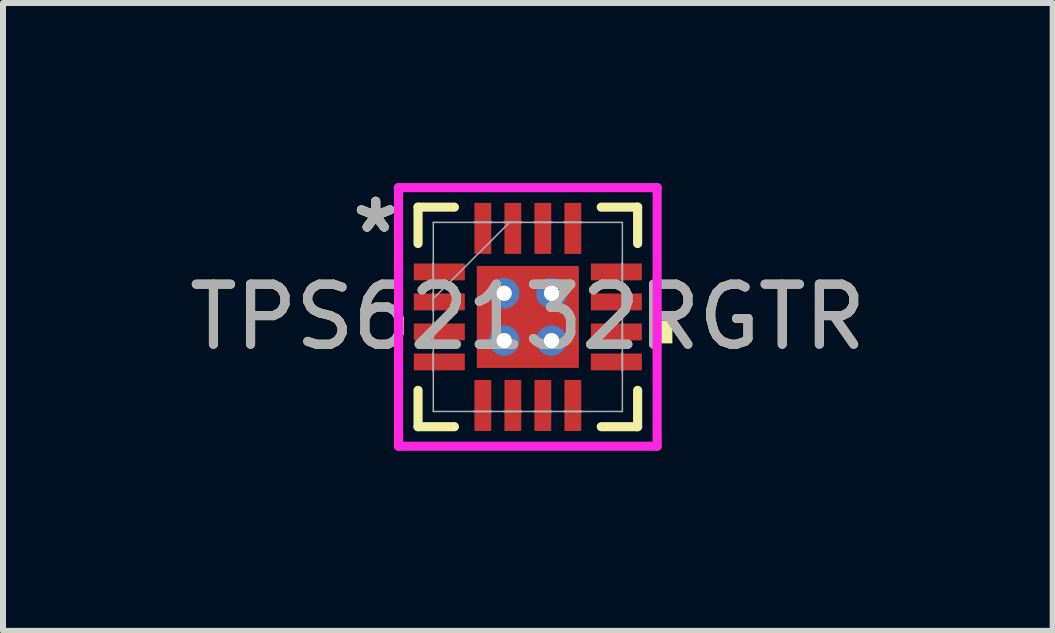
<source format=kicad_pcb>
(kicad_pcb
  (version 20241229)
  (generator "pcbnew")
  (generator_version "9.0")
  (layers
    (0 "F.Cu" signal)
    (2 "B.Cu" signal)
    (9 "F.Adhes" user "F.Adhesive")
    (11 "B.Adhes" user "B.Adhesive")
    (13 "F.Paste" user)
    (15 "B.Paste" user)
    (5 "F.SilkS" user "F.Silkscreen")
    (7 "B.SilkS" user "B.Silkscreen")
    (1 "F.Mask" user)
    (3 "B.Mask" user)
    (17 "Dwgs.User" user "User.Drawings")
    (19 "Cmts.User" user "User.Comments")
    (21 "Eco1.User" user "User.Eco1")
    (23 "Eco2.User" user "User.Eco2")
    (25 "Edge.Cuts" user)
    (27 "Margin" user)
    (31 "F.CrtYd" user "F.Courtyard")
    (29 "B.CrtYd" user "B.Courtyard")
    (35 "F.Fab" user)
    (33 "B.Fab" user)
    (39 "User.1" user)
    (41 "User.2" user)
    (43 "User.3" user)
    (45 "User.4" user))
  (footprint "TPS62132RGTR"
    (layer "F.Cu")
    (at 5.744 2.23)
    (property "Reference" "TPS62132RGTR" (at 0 0 0) (unlocked yes) (layer "F.SilkS") (effects (font (size 1 1) (thickness 0.15))))
    (attr smd)
    (fp_poly (pts (xy -1.97 -0.96) (xy -1.97 -0.54) (xy -0.98 -0.54) (xy -0.98 -0.96)) (stroke (width 0) (type solid)) (fill yes) (layer "F.Mask"))
    (fp_poly (pts (xy -1.97 -0.46) (xy -1.97 -0.04) (xy -0.98 -0.04) (xy -0.98 -0.46)) (stroke (width 0) (type solid)) (fill yes) (layer "F.Mask"))
    (fp_poly (pts (xy -1.97 0.04) (xy -1.97 0.46) (xy -0.98 0.46) (xy -0.98 0.04)) (stroke (width 0) (type solid)) (fill yes) (layer "F.Mask"))
    (fp_poly (pts (xy -1.97 0.54) (xy -1.97 0.96) (xy -0.98 0.96) (xy -0.98 0.54)) (stroke (width 0) (type solid)) (fill yes) (layer "F.Mask"))
    (fp_poly (pts (xy -0.96 -1.97) (xy -0.96 -0.98) (xy -0.541 -0.98) (xy -0.541 -1.97)) (stroke (width 0) (type solid)) (fill yes) (layer "F.Mask"))
    (fp_poly (pts (xy -0.96 0.98) (xy -0.96 1.97) (xy -0.541 1.97) (xy -0.541 0.98)) (stroke (width 0) (type solid)) (fill yes) (layer "F.Mask"))
    (fp_poly (pts (xy -0.913 -0.913) (xy -0.594 -0.913) (xy -0.594 0.913) (xy -0.913 0.913)) (stroke (width 0) (type solid)) (fill yes) (layer "F.Mask"))
    (fp_poly (pts (xy -0.913 -0.913) (xy 0.913 -0.913) (xy 0.913 -0.594) (xy -0.913 -0.594)) (stroke (width 0) (type solid)) (fill yes) (layer "F.Mask"))
    (fp_poly (pts (xy -0.913 -0.194) (xy 0.913 -0.194) (xy 0.913 0.194) (xy -0.913 0.194)) (stroke (width 0) (type solid)) (fill yes) (layer "F.Mask"))
    (fp_poly (pts (xy -0.913 0.594) (xy 0.913 0.594) (xy 0.913 0.913) (xy -0.913 0.913)) (stroke (width 0) (type solid)) (fill yes) (layer "F.Mask"))
    (fp_poly (pts (xy -0.46 -1.97) (xy -0.46 -0.98) (xy -0.04 -0.98) (xy -0.04 -1.97)) (stroke (width 0) (type solid)) (fill yes) (layer "F.Mask"))
    (fp_poly (pts (xy -0.46 0.98) (xy -0.46 1.97) (xy -0.04 1.97) (xy -0.04 0.98)) (stroke (width 0) (type solid)) (fill yes) (layer "F.Mask"))
    (fp_poly (pts (xy 0.04 -1.97) (xy 0.04 -0.98) (xy 0.46 -0.98) (xy 0.46 -1.97)) (stroke (width 0) (type solid)) (fill yes) (layer "F.Mask"))
    (fp_poly (pts (xy 0.04 0.98) (xy 0.04 1.97) (xy 0.46 1.97) (xy 0.46 0.98)) (stroke (width 0) (type solid)) (fill yes) (layer "F.Mask"))
    (fp_poly (pts (xy 0.194 -0.913) (xy -0.194 -0.913) (xy -0.194 0.913) (xy 0.194 0.913)) (stroke (width 0) (type solid)) (fill yes) (layer "F.Mask"))
    (fp_poly (pts (xy 0.541 -1.97) (xy 0.541 -0.98) (xy 0.96 -0.98) (xy 0.96 -1.97)) (stroke (width 0) (type solid)) (fill yes) (layer "F.Mask"))
    (fp_poly (pts (xy 0.541 0.98) (xy 0.541 1.97) (xy 0.96 1.97) (xy 0.96 0.98)) (stroke (width 0) (type solid)) (fill yes) (layer "F.Mask"))
    (fp_poly (pts (xy 0.594 -0.913) (xy 0.913 -0.913) (xy 0.913 0.913) (xy 0.594 0.913)) (stroke (width 0) (type solid)) (fill yes) (layer "F.Mask"))
    (fp_poly (pts (xy 0.98 -0.96) (xy 0.98 -0.54) (xy 1.97 -0.54) (xy 1.97 -0.96)) (stroke (width 0) (type solid)) (fill yes) (layer "F.Mask"))
    (fp_poly (pts (xy 0.98 -0.46) (xy 0.98 -0.04) (xy 1.97 -0.04) (xy 1.97 -0.46)) (stroke (width 0) (type solid)) (fill yes) (layer "F.Mask"))
    (fp_poly (pts (xy 0.98 0.04) (xy 0.98 0.46) (xy 1.97 0.46) (xy 1.97 0.04)) (stroke (width 0) (type solid)) (fill yes) (layer "F.Mask"))
    (fp_poly (pts (xy 0.98 0.54) (xy 0.98 0.96) (xy 1.97 0.96) (xy 1.97 0.54)) (stroke (width 0) (type solid)) (fill yes) (layer "F.Mask"))
    (fp_line (start -1.829 -1.829) (end -1.829 -1.223) (stroke (width 0.152) (type solid)) (layer "F.SilkS"))
    (fp_line (start -1.829 1.223) (end -1.829 1.829) (stroke (width 0.152) (type solid)) (layer "F.SilkS"))
    (fp_line (start -1.829 1.829) (end -1.223 1.829) (stroke (width 0.152) (type solid)) (layer "F.SilkS"))
    (fp_line (start -1.223 -1.829) (end -1.829 -1.829) (stroke (width 0.152) (type solid)) (layer "F.SilkS"))
    (fp_line (start 1.223 1.829) (end 1.829 1.829) (stroke (width 0.152) (type solid)) (layer "F.SilkS"))
    (fp_line (start 1.829 -1.829) (end 1.223 -1.829) (stroke (width 0.152) (type solid)) (layer "F.SilkS"))
    (fp_line (start 1.829 -1.223) (end 1.829 -1.829) (stroke (width 0.152) (type solid)) (layer "F.SilkS"))
    (fp_line (start 1.829 1.829) (end 1.829 1.223) (stroke (width 0.152) (type solid)) (layer "F.SilkS"))
    (fp_poly (pts (xy 2.408 0.059) (xy 2.408 0.441) (xy 2.154 0.441) (xy 2.154 0.059)) (stroke (width 0) (type solid)) (fill yes) (layer "F.SilkS"))
    (fp_poly (pts (xy -1.875 -0.865) (xy -1.875 -0.635) (xy -1.075 -0.635) (xy -1.075 -0.865)) (stroke (width 0) (type solid)) (fill yes) (layer "F.Paste"))
    (fp_poly (pts (xy -1.875 -0.365) (xy -1.875 -0.135) (xy -1.075 -0.135) (xy -1.075 -0.365)) (stroke (width 0) (type solid)) (fill yes) (layer "F.Paste"))
    (fp_poly (pts (xy -1.875 0.135) (xy -1.875 0.365) (xy -1.075 0.365) (xy -1.075 0.135)) (stroke (width 0) (type solid)) (fill yes) (layer "F.Paste"))
    (fp_poly (pts (xy -1.875 0.635) (xy -1.875 0.865) (xy -1.075 0.865) (xy -1.075 0.635)) (stroke (width 0) (type solid)) (fill yes) (layer "F.Paste"))
    (fp_poly (pts (xy -0.865 -1.875) (xy -0.865 -1.075) (xy -0.635 -1.075) (xy -0.635 -1.875)) (stroke (width 0) (type solid)) (fill yes) (layer "F.Paste"))
    (fp_poly (pts (xy -0.865 1.075) (xy -0.865 1.875) (xy -0.635 1.875) (xy -0.635 1.075)) (stroke (width 0) (type solid)) (fill yes) (layer "F.Paste"))
    (fp_poly (pts (xy -0.365 -1.875) (xy -0.365 -1.075) (xy -0.135 -1.075) (xy -0.135 -1.875)) (stroke (width 0) (type solid)) (fill yes) (layer "F.Paste"))
    (fp_poly (pts (xy -0.365 1.075) (xy -0.365 1.875) (xy -0.135 1.875) (xy -0.135 1.075)) (stroke (width 0) (type solid)) (fill yes) (layer "F.Paste"))
    (fp_poly (pts (xy 0.135 -1.875) (xy 0.135 -1.075) (xy 0.365 -1.075) (xy 0.365 -1.875)) (stroke (width 0) (type solid)) (fill yes) (layer "F.Paste"))
    (fp_poly (pts (xy 0.135 1.075) (xy 0.135 1.875) (xy 0.365 1.875) (xy 0.365 1.075)) (stroke (width 0) (type solid)) (fill yes) (layer "F.Paste"))
    (fp_poly (pts (xy 0.635 -1.875) (xy 0.635 -1.075) (xy 0.865 -1.075) (xy 0.865 -1.875)) (stroke (width 0) (type solid)) (fill yes) (layer "F.Paste"))
    (fp_poly (pts (xy 0.635 1.075) (xy 0.635 1.875) (xy 0.865 1.875) (xy 0.865 1.075)) (stroke (width 0) (type solid)) (fill yes) (layer "F.Paste"))
    (fp_poly (pts (xy 1.075 -0.865) (xy 1.075 -0.635) (xy 1.875 -0.635) (xy 1.875 -0.865)) (stroke (width 0) (type solid)) (fill yes) (layer "F.Paste"))
    (fp_poly (pts (xy 1.075 -0.365) (xy 1.075 -0.135) (xy 1.875 -0.135) (xy 1.875 -0.365)) (stroke (width 0) (type solid)) (fill yes) (layer "F.Paste"))
    (fp_poly (pts (xy 1.075 0.135) (xy 1.075 0.365) (xy 1.875 0.365) (xy 1.875 0.135)) (stroke (width 0) (type solid)) (fill yes) (layer "F.Paste"))
    (fp_poly (pts (xy 1.075 0.635) (xy 1.075 0.865) (xy 1.875 0.865) (xy 1.875 0.635)) (stroke (width 0) (type solid)) (fill yes) (layer "F.Paste"))
    (fp_poly (pts (xy -0.775 -0.775) (xy -0.775 -0.494) (xy -0.635 -0.494) (xy -0.494 -0.635) (xy -0.494 -0.775)) (stroke (width 0) (type solid)) (fill yes) (layer "F.Paste"))
    (fp_poly (pts (xy -0.775 0.494) (xy -0.775 0.775) (xy -0.494 0.775) (xy -0.494 0.635) (xy -0.635 0.494)) (stroke (width 0) (type solid)) (fill yes) (layer "F.Paste"))
    (fp_poly (pts (xy 0.494 -0.775) (xy 0.494 -0.635) (xy 0.635 -0.494) (xy 0.775 -0.494) (xy 0.775 -0.775)) (stroke (width 0) (type solid)) (fill yes) (layer "F.Paste"))
    (fp_poly (pts (xy 0.635 0.494) (xy 0.494 0.635) (xy 0.494 0.775) (xy 0.775 0.775) (xy 0.775 0.494)) (stroke (width 0) (type solid)) (fill yes) (layer "F.Paste"))
    (fp_poly (pts (xy -0.775 -0.294) (xy -0.775 0.294) (xy -0.635 0.294) (xy -0.494 0.152) (xy -0.494 -0.152) (xy -0.635 -0.294)) (stroke (width 0) (type solid)) (fill yes) (layer "F.Paste"))
    (fp_poly (pts (xy -0.294 -0.775) (xy -0.294 -0.635) (xy -0.152 -0.494) (xy 0.152 -0.494) (xy 0.294 -0.635) (xy 0.294 -0.775)) (stroke (width 0) (type solid)) (fill yes) (layer "F.Paste"))
    (fp_poly (pts (xy -0.152 0.494) (xy -0.294 0.635) (xy -0.294 0.775) (xy 0.294 0.775) (xy 0.294 0.635) (xy 0.152 0.494)) (stroke (width 0) (type solid)) (fill yes) (layer "F.Paste"))
    (fp_poly (pts (xy 0.635 -0.294) (xy 0.494 -0.152) (xy 0.494 0.152) (xy 0.635 0.294) (xy 0.775 0.294) (xy 0.775 -0.294)) (stroke (width 0) (type solid)) (fill yes) (layer "F.Paste"))
    (fp_poly (pts (xy -0.152 -0.294) (xy -0.294 -0.152) (xy -0.294 0.152) (xy -0.152 0.294) (xy 0.152 0.294) (xy 0.294 0.152) (xy 0.294 -0.152) (xy 0.152 -0.294)) (stroke (width 0) (type solid)) (fill yes) (layer "F.Paste"))
    (fp_line (start -2.154 -2.154) (end 2.154 -2.154) (stroke (width 0.152) (type solid)) (layer "F.CrtYd"))
    (fp_line (start -2.154 2.154) (end -2.154 -2.154) (stroke (width 0.152) (type solid)) (layer "F.CrtYd"))
    (fp_line (start 2.154 -2.154) (end 2.154 2.154) (stroke (width 0.152) (type solid)) (layer "F.CrtYd"))
    (fp_line (start 2.154 2.154) (end -2.154 2.154) (stroke (width 0.152) (type solid)) (layer "F.CrtYd"))
    (fp_line (start -1.575 -1.575) (end -1.575 1.575) (stroke (width 0.025) (type solid)) (layer "F.Fab"))
    (fp_line (start -1.575 -0.9) (end -1.575 -0.9) (stroke (width 0.025) (type solid)) (layer "F.Fab"))
    (fp_line (start -1.575 -0.9) (end -1.575 -0.6) (stroke (width 0.025) (type solid)) (layer "F.Fab"))
    (fp_line (start -1.575 -0.6) (end -1.575 -0.9) (stroke (width 0.025) (type solid)) (layer "F.Fab"))
    (fp_line (start -1.575 -0.6) (end -1.575 -0.6) (stroke (width 0.025) (type solid)) (layer "F.Fab"))
    (fp_line (start -1.575 -0.4) (end -1.575 -0.4) (stroke (width 0.025) (type solid)) (layer "F.Fab"))
    (fp_line (start -1.575 -0.4) (end -1.575 -0.1) (stroke (width 0.025) (type solid)) (layer "F.Fab"))
    (fp_line (start -1.575 -0.305) (end -0.305 -1.575) (stroke (width 0.025) (type solid)) (layer "F.Fab"))
    (fp_line (start -1.575 -0.1) (end -1.575 -0.4) (stroke (width 0.025) (type solid)) (layer "F.Fab"))
    (fp_line (start -1.575 -0.1) (end -1.575 -0.1) (stroke (width 0.025) (type solid)) (layer "F.Fab"))
    (fp_line (start -1.575 0.1) (end -1.575 0.1) (stroke (width 0.025) (type solid)) (layer "F.Fab"))
    (fp_line (start -1.575 0.1) (end -1.575 0.4) (stroke (width 0.025) (type solid)) (layer "F.Fab"))
    (fp_line (start -1.575 0.4) (end -1.575 0.1) (stroke (width 0.025) (type solid)) (layer "F.Fab"))
    (fp_line (start -1.575 0.4) (end -1.575 0.4) (stroke (width 0.025) (type solid)) (layer "F.Fab"))
    (fp_line (start -1.575 0.6) (end -1.575 0.6) (stroke (width 0.025) (type solid)) (layer "F.Fab"))
    (fp_line (start -1.575 0.6) (end -1.575 0.9) (stroke (width 0.025) (type solid)) (layer "F.Fab"))
    (fp_line (start -1.575 0.9) (end -1.575 0.6) (stroke (width 0.025) (type solid)) (layer "F.Fab"))
    (fp_line (start -1.575 0.9) (end -1.575 0.9) (stroke (width 0.025) (type solid)) (layer "F.Fab"))
    (fp_line (start -1.575 1.575) (end 1.575 1.575) (stroke (width 0.025) (type solid)) (layer "F.Fab"))
    (fp_line (start -0.9 -1.575) (end -0.9 -1.575) (stroke (width 0.025) (type solid)) (layer "F.Fab"))
    (fp_line (start -0.9 -1.575) (end -0.6 -1.575) (stroke (width 0.025) (type solid)) (layer "F.Fab"))
    (fp_line (start -0.9 1.575) (end -0.9 1.575) (stroke (width 0.025) (type solid)) (layer "F.Fab"))
    (fp_line (start -0.9 1.575) (end -0.6 1.575) (stroke (width 0.025) (type solid)) (layer "F.Fab"))
    (fp_line (start -0.6 -1.575) (end -0.9 -1.575) (stroke (width 0.025) (type solid)) (layer "F.Fab"))
    (fp_line (start -0.6 -1.575) (end -0.6 -1.575) (stroke (width 0.025) (type solid)) (layer "F.Fab"))
    (fp_line (start -0.6 1.575) (end -0.9 1.575) (stroke (width 0.025) (type solid)) (layer "F.Fab"))
    (fp_line (start -0.6 1.575) (end -0.6 1.575) (stroke (width 0.025) (type solid)) (layer "F.Fab"))
    (fp_line (start -0.4 -1.575) (end -0.4 -1.575) (stroke (width 0.025) (type solid)) (layer "F.Fab"))
    (fp_line (start -0.4 -1.575) (end -0.1 -1.575) (stroke (width 0.025) (type solid)) (layer "F.Fab"))
    (fp_line (start -0.4 1.575) (end -0.4 1.575) (stroke (width 0.025) (type solid)) (layer "F.Fab"))
    (fp_line (start -0.4 1.575) (end -0.1 1.575) (stroke (width 0.025) (type solid)) (layer "F.Fab"))
    (fp_line (start -0.1 -1.575) (end -0.4 -1.575) (stroke (width 0.025) (type solid)) (layer "F.Fab"))
    (fp_line (start -0.1 -1.575) (end -0.1 -1.575) (stroke (width 0.025) (type solid)) (layer "F.Fab"))
    (fp_line (start -0.1 1.575) (end -0.4 1.575) (stroke (width 0.025) (type solid)) (layer "F.Fab"))
    (fp_line (start -0.1 1.575) (end -0.1 1.575) (stroke (width 0.025) (type solid)) (layer "F.Fab"))
    (fp_line (start 0.1 -1.575) (end 0.1 -1.575) (stroke (width 0.025) (type solid)) (layer "F.Fab"))
    (fp_line (start 0.1 -1.575) (end 0.4 -1.575) (stroke (width 0.025) (type solid)) (layer "F.Fab"))
    (fp_line (start 0.1 1.575) (end 0.1 1.575) (stroke (width 0.025) (type solid)) (layer "F.Fab"))
    (fp_line (start 0.1 1.575) (end 0.4 1.575) (stroke (width 0.025) (type solid)) (layer "F.Fab"))
    (fp_line (start 0.4 -1.575) (end 0.1 -1.575) (stroke (width 0.025) (type solid)) (layer "F.Fab"))
    (fp_line (start 0.4 -1.575) (end 0.4 -1.575) (stroke (width 0.025) (type solid)) (layer "F.Fab"))
    (fp_line (start 0.4 1.575) (end 0.1 1.575) (stroke (width 0.025) (type solid)) (layer "F.Fab"))
    (fp_line (start 0.4 1.575) (end 0.4 1.575) (stroke (width 0.025) (type solid)) (layer "F.Fab"))
    (fp_line (start 0.6 -1.575) (end 0.6 -1.575) (stroke (width 0.025) (type solid)) (layer "F.Fab"))
    (fp_line (start 0.6 -1.575) (end 0.9 -1.575) (stroke (width 0.025) (type solid)) (layer "F.Fab"))
    (fp_line (start 0.6 1.575) (end 0.6 1.575) (stroke (width 0.025) (type solid)) (layer "F.Fab"))
    (fp_line (start 0.6 1.575) (end 0.9 1.575) (stroke (width 0.025) (type solid)) (layer "F.Fab"))
    (fp_line (start 0.9 -1.575) (end 0.6 -1.575) (stroke (width 0.025) (type solid)) (layer "F.Fab"))
    (fp_line (start 0.9 -1.575) (end 0.9 -1.575) (stroke (width 0.025) (type solid)) (layer "F.Fab"))
    (fp_line (start 0.9 1.575) (end 0.6 1.575) (stroke (width 0.025) (type solid)) (layer "F.Fab"))
    (fp_line (start 0.9 1.575) (end 0.9 1.575) (stroke (width 0.025) (type solid)) (layer "F.Fab"))
    (fp_line (start 1.575 -1.575) (end -1.575 -1.575) (stroke (width 0.025) (type solid)) (layer "F.Fab"))
    (fp_line (start 1.575 -0.9) (end 1.575 -0.9) (stroke (width 0.025) (type solid)) (layer "F.Fab"))
    (fp_line (start 1.575 -0.9) (end 1.575 -0.6) (stroke (width 0.025) (type solid)) (layer "F.Fab"))
    (fp_line (start 1.575 -0.6) (end 1.575 -0.9) (stroke (width 0.025) (type solid)) (layer "F.Fab"))
    (fp_line (start 1.575 -0.6) (end 1.575 -0.6) (stroke (width 0.025) (type solid)) (layer "F.Fab"))
    (fp_line (start 1.575 -0.4) (end 1.575 -0.4) (stroke (width 0.025) (type solid)) (layer "F.Fab"))
    (fp_line (start 1.575 -0.4) (end 1.575 -0.1) (stroke (width 0.025) (type solid)) (layer "F.Fab"))
    (fp_line (start 1.575 -0.1) (end 1.575 -0.4) (stroke (width 0.025) (type solid)) (layer "F.Fab"))
    (fp_line (start 1.575 -0.1) (end 1.575 -0.1) (stroke (width 0.025) (type solid)) (layer "F.Fab"))
    (fp_line (start 1.575 0.1) (end 1.575 0.1) (stroke (width 0.025) (type solid)) (layer "F.Fab"))
    (fp_line (start 1.575 0.1) (end 1.575 0.4) (stroke (width 0.025) (type solid)) (layer "F.Fab"))
    (fp_line (start 1.575 0.4) (end 1.575 0.1) (stroke (width 0.025) (type solid)) (layer "F.Fab"))
    (fp_line (start 1.575 0.4) (end 1.575 0.4) (stroke (width 0.025) (type solid)) (layer "F.Fab"))
    (fp_line (start 1.575 0.6) (end 1.575 0.6) (stroke (width 0.025) (type solid)) (layer "F.Fab"))
    (fp_line (start 1.575 0.6) (end 1.575 0.9) (stroke (width 0.025) (type solid)) (layer "F.Fab"))
    (fp_line (start 1.575 0.9) (end 1.575 0.6) (stroke (width 0.025) (type solid)) (layer "F.Fab"))
    (fp_line (start 1.575 0.9) (end 1.575 0.9) (stroke (width 0.025) (type solid)) (layer "F.Fab"))
    (fp_line (start 1.575 1.575) (end 1.575 -1.575) (stroke (width 0.025) (type solid)) (layer "F.Fab"))
    (fp_text user "*" (at -2.535 -1.381 0) (unlocked yes) (layer "F.SilkS") (effects (font (size 1 1) (thickness 0.15))))
    (fp_text user "*" (at -2.535 -1.381 0) (layer "F.SilkS") (effects (font (size 1 1) (thickness 0.15))))
    (fp_text user "${REFERENCE}" (at 0 0 0) (unlocked yes) (layer "F.Fab") (effects (font (size 1 1) (thickness 0.15))))
    (fp_text user "*" (at -2.535 -1.381 0) (unlocked yes) (layer "F.Fab") (effects (font (size 1 1) (thickness 0.15))))
    (fp_text user "*" (at -2.535 -1.381 0) (layer "F.Fab") (effects (font (size 1 1) (thickness 0.15))))
    (pad "1" smd rect (at -1.475 -0.75 90) (size 0.28 0.85) (layers "F.Cu" "F.Mask"))
    (pad "2" smd rect (at -1.475 -0.25 90) (size 0.28 0.85) (layers "F.Cu" "F.Mask"))
    (pad "3" smd rect (at -1.475 0.25 90) (size 0.28 0.85) (layers "F.Cu" "F.Mask"))
    (pad "4" smd rect (at -1.475 0.75 90) (size 0.28 0.85) (layers "F.Cu" "F.Mask"))
    (pad "5" smd rect (at -0.75 1.475) (size 0.28 0.85) (layers "F.Cu" "F.Mask"))
    (pad "6" smd rect (at -0.25 1.475) (size 0.28 0.85) (layers "F.Cu" "F.Mask"))
    (pad "7" smd rect (at 0.25 1.475) (size 0.28 0.85) (layers "F.Cu" "F.Mask"))
    (pad "8" smd rect (at 0.75 1.475) (size 0.28 0.85) (layers "F.Cu" "F.Mask"))
    (pad "9" smd rect (at 1.475 0.75 90) (size 0.28 0.85) (layers "F.Cu" "F.Mask"))
    (pad "10" smd rect (at 1.475 0.25 90) (size 0.28 0.85) (layers "F.Cu" "F.Mask"))
    (pad "11" smd rect (at 1.475 -0.25 90) (size 0.28 0.85) (layers "F.Cu" "F.Mask"))
    (pad "12" smd rect (at 1.475 -0.75 90) (size 0.28 0.85) (layers "F.Cu" "F.Mask"))
    (pad "13" smd rect (at 0.75 -1.475) (size 0.28 0.85) (layers "F.Cu" "F.Mask"))
    (pad "14" smd rect (at 0.25 -1.475) (size 0.28 0.85) (layers "F.Cu" "F.Mask"))
    (pad "15" smd rect (at -0.25 -1.475) (size 0.28 0.85) (layers "F.Cu" "F.Mask"))
    (pad "16" smd rect (at -0.75 -1.475) (size 0.28 0.85) (layers "F.Cu" "F.Mask"))
    (pad "17" smd rect (at 0 0) (size 1.7 1.7) (layers "F.Cu"))
    (pad "V" thru_hole circle (at -0.394 -0.394) (size 0.508 0.508) (drill 0.254) (layers "*.Cu" "*.Mask"))
    (pad "V" thru_hole circle (at -0.394 0.394) (size 0.508 0.508) (drill 0.254) (layers "*.Cu" "*.Mask"))
    (pad "V" thru_hole circle (at 0.394 -0.394) (size 0.508 0.508) (drill 0.254) (layers "*.Cu" "*.Mask"))
    (pad "V" thru_hole circle (at 0.394 0.394) (size 0.508 0.508) (drill 0.254) (layers "*.Cu" "*.Mask")))
  (gr_rect
    (start -3 -3)
    (end 14.488 7.46)
    (stroke (width 0.1) (type default))
    (fill no)
    (layer "Edge.Cuts")))
</source>
